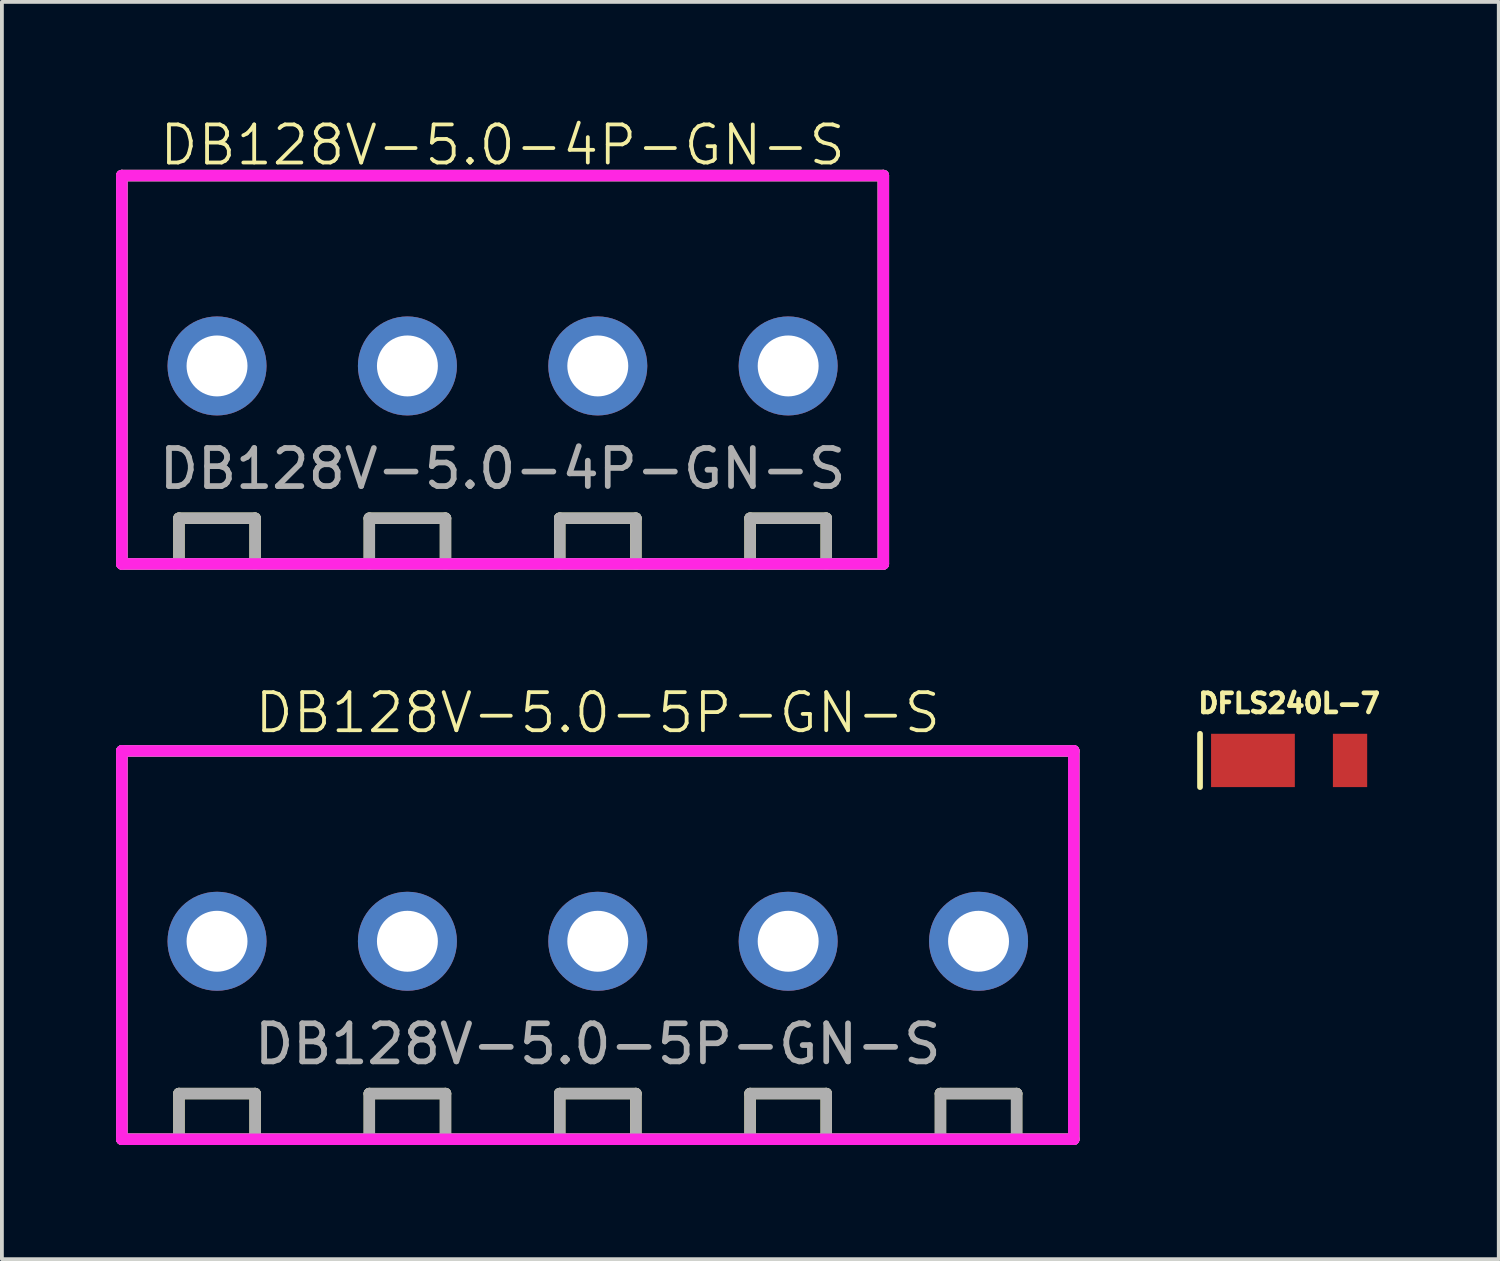
<source format=kicad_pcb>
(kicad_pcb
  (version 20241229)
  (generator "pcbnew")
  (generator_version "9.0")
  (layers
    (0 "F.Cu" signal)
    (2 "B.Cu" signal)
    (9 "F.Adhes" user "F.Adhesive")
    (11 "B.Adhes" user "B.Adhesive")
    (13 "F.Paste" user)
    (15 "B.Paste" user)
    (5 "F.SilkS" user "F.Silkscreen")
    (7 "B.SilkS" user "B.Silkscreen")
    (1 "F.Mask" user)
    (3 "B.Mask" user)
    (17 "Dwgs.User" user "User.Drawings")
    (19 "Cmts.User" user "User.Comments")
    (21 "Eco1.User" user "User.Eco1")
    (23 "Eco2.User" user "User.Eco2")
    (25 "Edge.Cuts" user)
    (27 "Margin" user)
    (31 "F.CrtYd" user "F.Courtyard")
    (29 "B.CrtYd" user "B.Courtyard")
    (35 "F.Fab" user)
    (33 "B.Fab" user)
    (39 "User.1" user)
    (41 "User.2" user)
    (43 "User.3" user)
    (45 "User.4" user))
  (footprint "DB128V-5.0-4P-GN-S"
    (layer "F.Cu")
    (at 10.15 6.561)
    (property "Reference" "DB128V-5.0-4P-GN-S" (at 0 -5.8 0) (unlocked yes) (layer "F.SilkS") (effects (font (size 1 1) (thickness 0.1))))
    (attr through_hole)
    (fp_line (start -10 -5) (end -10 5.2) (stroke (width 0.3) (type solid)) (layer "F.SilkS"))
    (fp_line (start -10 -5) (end 10 -5) (stroke (width 0.3) (type solid)) (layer "F.SilkS"))
    (fp_line (start -10 5.2) (end 10 5.2) (stroke (width 0.3) (type solid)) (layer "F.SilkS"))
    (fp_line (start -8.5 4) (end -6.5 4) (stroke (width 0.3) (type solid)) (layer "F.SilkS"))
    (fp_line (start -8.5 5.2) (end -8.5 4) (stroke (width 0.3) (type solid)) (layer "F.SilkS"))
    (fp_line (start -6.5 4) (end -6.5 5.2) (stroke (width 0.3) (type solid)) (layer "F.SilkS"))
    (fp_line (start -3.5 4) (end -1.5 4) (stroke (width 0.3) (type solid)) (layer "F.SilkS"))
    (fp_line (start -3.5 5.2) (end -3.5 4) (stroke (width 0.3) (type solid)) (layer "F.SilkS"))
    (fp_line (start -1.5 4) (end -1.5 5.2) (stroke (width 0.3) (type solid)) (layer "F.SilkS"))
    (fp_line (start 1.5 4) (end 3.5 4) (stroke (width 0.3) (type solid)) (layer "F.SilkS"))
    (fp_line (start 1.5 5.2) (end 1.5 4) (stroke (width 0.3) (type solid)) (layer "F.SilkS"))
    (fp_line (start 3.5 4) (end 3.5 5.2) (stroke (width 0.3) (type solid)) (layer "F.SilkS"))
    (fp_line (start 6.5 4) (end 8.5 4) (stroke (width 0.3) (type solid)) (layer "F.SilkS"))
    (fp_line (start 6.5 5.2) (end 6.5 4) (stroke (width 0.3) (type solid)) (layer "F.SilkS"))
    (fp_line (start 8.5 4) (end 8.5 5.2) (stroke (width 0.3) (type solid)) (layer "F.SilkS"))
    (fp_line (start 10 -5) (end 10 5.2) (stroke (width 0.3) (type solid)) (layer "F.SilkS"))
    (fp_line (start -10 -5) (end -10 5.2) (stroke (width 0.3) (type solid)) (layer "F.CrtYd"))
    (fp_line (start -10 -5) (end 10 -5) (stroke (width 0.3) (type solid)) (layer "F.CrtYd"))
    (fp_line (start -10 5.2) (end 10 5.2) (stroke (width 0.3) (type solid)) (layer "F.CrtYd"))
    (fp_line (start 10 -5) (end 10 5.2) (stroke (width 0.3) (type solid)) (layer "F.CrtYd"))
    (fp_line (start -10 -5) (end -10 5.2) (stroke (width 0.3) (type solid)) (layer "F.Fab"))
    (fp_line (start -10 -5) (end 10 -5) (stroke (width 0.3) (type solid)) (layer "F.Fab"))
    (fp_line (start -10 5.2) (end 10 5.2) (stroke (width 0.3) (type solid)) (layer "F.Fab"))
    (fp_line (start -8.5 4) (end -6.5 4) (stroke (width 0.3) (type solid)) (layer "F.Fab"))
    (fp_line (start -8.5 5.2) (end -8.5 4) (stroke (width 0.3) (type solid)) (layer "F.Fab"))
    (fp_line (start -6.5 4) (end -6.5 5.2) (stroke (width 0.3) (type solid)) (layer "F.Fab"))
    (fp_line (start -3.5 4) (end -1.5 4) (stroke (width 0.3) (type solid)) (layer "F.Fab"))
    (fp_line (start -3.5 5.2) (end -3.5 4) (stroke (width 0.3) (type solid)) (layer "F.Fab"))
    (fp_line (start -1.5 4) (end -1.5 5.2) (stroke (width 0.3) (type solid)) (layer "F.Fab"))
    (fp_line (start 1.5 4) (end 3.5 4) (stroke (width 0.3) (type solid)) (layer "F.Fab"))
    (fp_line (start 1.5 5.2) (end 1.5 4) (stroke (width 0.3) (type solid)) (layer "F.Fab"))
    (fp_line (start 3.5 4) (end 3.5 5.2) (stroke (width 0.3) (type solid)) (layer "F.Fab"))
    (fp_line (start 6.5 4) (end 8.5 4) (stroke (width 0.3) (type solid)) (layer "F.Fab"))
    (fp_line (start 6.5 5.2) (end 6.5 4) (stroke (width 0.3) (type solid)) (layer "F.Fab"))
    (fp_line (start 8.5 4) (end 8.5 5.2) (stroke (width 0.3) (type solid)) (layer "F.Fab"))
    (fp_line (start 10 -5) (end 10 5.2) (stroke (width 0.3) (type solid)) (layer "F.Fab"))
    (fp_text user "${REFERENCE}" (at 0 2.7 0) (unlocked yes) (layer "F.Fab") (effects (font (size 1 1) (thickness 0.15))))
    (pad "1" thru_hole circle (at -7.5 0) (size 2.6 2.6) (drill 1.6) (layers "*.Cu" "*.Mask"))
    (pad "2" thru_hole circle (at -2.5 0) (size 2.6 2.6) (drill 1.6) (layers "*.Cu" "*.Mask"))
    (pad "3" thru_hole circle (at 2.5 0) (size 2.6 2.6) (drill 1.6) (layers "*.Cu" "*.Mask"))
    (pad "4" thru_hole circle (at 7.5 0) (size 2.6 2.6) (drill 1.6) (layers "*.Cu" "*.Mask")))
  (footprint "DFLS240L-7"
    (layer "F.Cu")
    (at 30.807 16.922)
    (property "Reference" "DFLS240L-7" (at 0 -1.5 0) (layer "F.SilkS") (effects (font (size 0.5 0.5) (thickness 0.125))))
    (attr through_hole)
    (fp_line (start -2.34 -0.7) (end -2.34 0.7) (stroke (width 0.15) (type solid)) (layer "F.SilkS"))
    (pad "1" smd rect (at 1.6 0) (size 0.9 1.4) (layers "F.Cu" "F.Mask" "F.Paste"))
    (pad "2" smd rect (at -0.95 0) (size 2.2 1.4) (layers "F.Cu" "F.Mask" "F.Paste")))
  (footprint "DB128V-5.0-5P-GN-S"
    (layer "F.Cu")
    (at 12.65 21.671)
    (property "Reference" "DB128V-5.0-5P-GN-S" (at 0 -6 0) (unlocked yes) (layer "F.SilkS") (effects (font (size 1 1) (thickness 0.1))))
    (attr through_hole)
    (fp_line (start -12.5 -5) (end -12.5 5.2) (stroke (width 0.3) (type solid)) (layer "F.SilkS"))
    (fp_line (start -12.5 -5) (end 12.5 -5) (stroke (width 0.3) (type solid)) (layer "F.SilkS"))
    (fp_line (start -12.5 5.2) (end 12.5 5.2) (stroke (width 0.3) (type solid)) (layer "F.SilkS"))
    (fp_line (start -11 4) (end -9 4) (stroke (width 0.3) (type solid)) (layer "F.SilkS"))
    (fp_line (start -11 5.2) (end -11 4) (stroke (width 0.3) (type solid)) (layer "F.SilkS"))
    (fp_line (start -9 4) (end -9 5.2) (stroke (width 0.3) (type solid)) (layer "F.SilkS"))
    (fp_line (start -6 4) (end -4 4) (stroke (width 0.3) (type solid)) (layer "F.SilkS"))
    (fp_line (start -6 5.2) (end -6 4) (stroke (width 0.3) (type solid)) (layer "F.SilkS"))
    (fp_line (start -4 4) (end -4 5.2) (stroke (width 0.3) (type solid)) (layer "F.SilkS"))
    (fp_line (start -1 4) (end 1 4) (stroke (width 0.3) (type solid)) (layer "F.SilkS"))
    (fp_line (start -1 5.2) (end -1 4) (stroke (width 0.3) (type solid)) (layer "F.SilkS"))
    (fp_line (start 1 4) (end 1 5.2) (stroke (width 0.3) (type solid)) (layer "F.SilkS"))
    (fp_line (start 4 4) (end 6 4) (stroke (width 0.3) (type solid)) (layer "F.SilkS"))
    (fp_line (start 4 5.2) (end 4 4) (stroke (width 0.3) (type solid)) (layer "F.SilkS"))
    (fp_line (start 6 4) (end 6 5.2) (stroke (width 0.3) (type solid)) (layer "F.SilkS"))
    (fp_line (start 9 4) (end 11 4) (stroke (width 0.3) (type solid)) (layer "F.SilkS"))
    (fp_line (start 9 5.2) (end 9 4) (stroke (width 0.3) (type solid)) (layer "F.SilkS"))
    (fp_line (start 11 4) (end 11 5.2) (stroke (width 0.3) (type solid)) (layer "F.SilkS"))
    (fp_line (start 12.5 -5) (end 12.5 5.2) (stroke (width 0.3) (type solid)) (layer "F.SilkS"))
    (fp_line (start -12.5 -5) (end -12.5 5.2) (stroke (width 0.3) (type solid)) (layer "F.CrtYd"))
    (fp_line (start -12.5 -5) (end 12.5 -5) (stroke (width 0.3) (type solid)) (layer "F.CrtYd"))
    (fp_line (start -12.5 5.2) (end 12.5 5.2) (stroke (width 0.3) (type solid)) (layer "F.CrtYd"))
    (fp_line (start 12.5 -5) (end 12.5 5.2) (stroke (width 0.3) (type solid)) (layer "F.CrtYd"))
    (fp_line (start -12.5 -5) (end -12.5 5.2) (stroke (width 0.3) (type solid)) (layer "F.Fab"))
    (fp_line (start -12.5 -5) (end 12.5 -5) (stroke (width 0.3) (type solid)) (layer "F.Fab"))
    (fp_line (start -12.5 5.2) (end 12.5 5.2) (stroke (width 0.3) (type solid)) (layer "F.Fab"))
    (fp_line (start -11 4) (end -9 4) (stroke (width 0.3) (type solid)) (layer "F.Fab"))
    (fp_line (start -11 5.2) (end -11 4) (stroke (width 0.3) (type solid)) (layer "F.Fab"))
    (fp_line (start -9 4) (end -9 5.2) (stroke (width 0.3) (type solid)) (layer "F.Fab"))
    (fp_line (start -6 4) (end -4 4) (stroke (width 0.3) (type solid)) (layer "F.Fab"))
    (fp_line (start -6 5.2) (end -6 4) (stroke (width 0.3) (type solid)) (layer "F.Fab"))
    (fp_line (start -4 4) (end -4 5.2) (stroke (width 0.3) (type solid)) (layer "F.Fab"))
    (fp_line (start -1 4) (end 1 4) (stroke (width 0.3) (type solid)) (layer "F.Fab"))
    (fp_line (start -1 5.2) (end -1 4) (stroke (width 0.3) (type solid)) (layer "F.Fab"))
    (fp_line (start 1 4) (end 1 5.2) (stroke (width 0.3) (type solid)) (layer "F.Fab"))
    (fp_line (start 4 4) (end 6 4) (stroke (width 0.3) (type solid)) (layer "F.Fab"))
    (fp_line (start 4 5.2) (end 4 4) (stroke (width 0.3) (type solid)) (layer "F.Fab"))
    (fp_line (start 6 4) (end 6 5.2) (stroke (width 0.3) (type solid)) (layer "F.Fab"))
    (fp_line (start 9 4) (end 11 4) (stroke (width 0.3) (type solid)) (layer "F.Fab"))
    (fp_line (start 9 5.2) (end 9 4) (stroke (width 0.3) (type solid)) (layer "F.Fab"))
    (fp_line (start 11 4) (end 11 5.2) (stroke (width 0.3) (type solid)) (layer "F.Fab"))
    (fp_line (start 12.5 -5) (end 12.5 5.2) (stroke (width 0.3) (type solid)) (layer "F.Fab"))
    (fp_text user "${REFERENCE}" (at 0 2.7 0) (unlocked yes) (layer "F.Fab") (effects (font (size 1 1) (thickness 0.15))))
    (pad "1" thru_hole circle (at -10 0) (size 2.6 2.6) (drill 1.6) (layers "*.Cu" "*.Mask"))
    (pad "2" thru_hole circle (at -5 0) (size 2.6 2.6) (drill 1.6) (layers "*.Cu" "*.Mask"))
    (pad "3" thru_hole circle (at 0 0) (size 2.6 2.6) (drill 1.6) (layers "*.Cu" "*.Mask"))
    (pad "4" thru_hole circle (at 5 0) (size 2.6 2.6) (drill 1.6) (layers "*.Cu" "*.Mask"))
    (pad "5" thru_hole circle (at 10 0) (size 2.6 2.6) (drill 1.6) (layers "*.Cu" "*.Mask")))
  (gr_rect
    (start -3 -3)
    (end 36.313 30.021)
    (stroke (width 0.1) (type default))
    (fill no)
    (layer "Edge.Cuts")))
</source>
